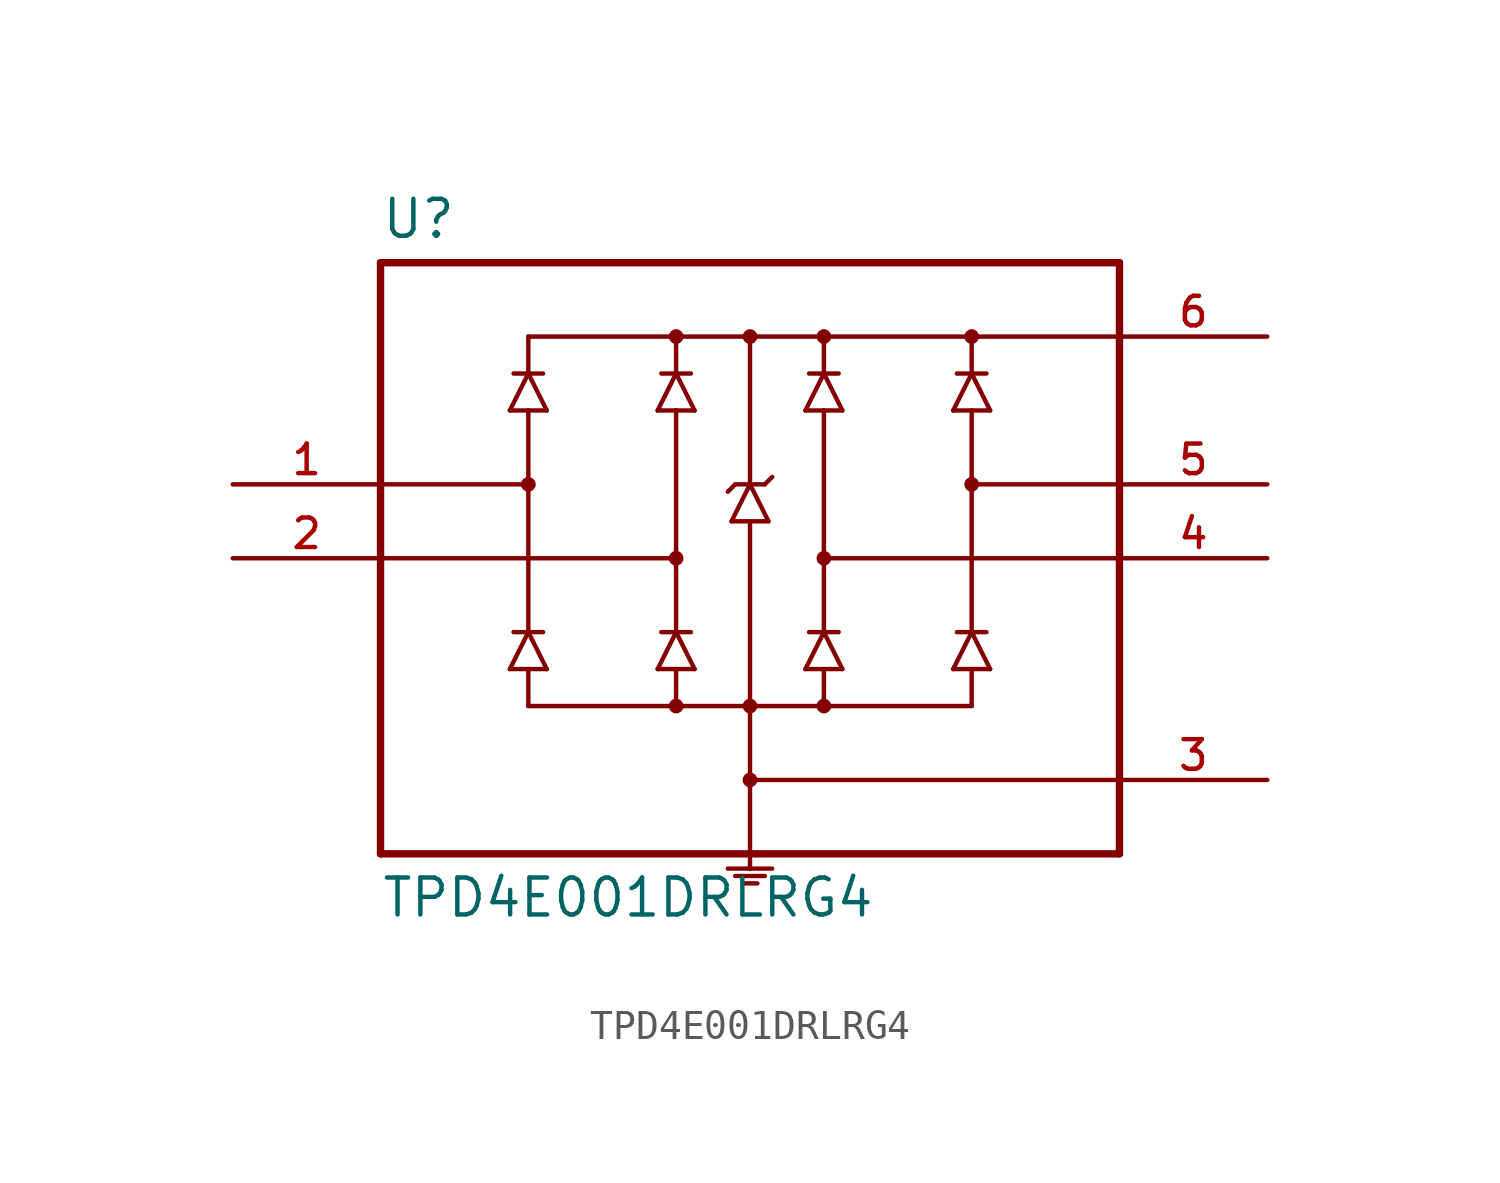
<source format=kicad_sym>
(kicad_symbol_lib
  (version 20211014)
  (generator kicad_symbol_editor)
  (symbol "TPD4E001DRLRG4"
    (pin_names
      (offset 1.016))
    (property "Reference" "U"
      (at -12.7 10.922 0)
      (effects (font (size 1.27 1.27)) (justify bottom left)))
    (property "Value" "TPD4E001DRLRG4"
      (at -12.7 -10.922 0)
      (effects (font (size 1.27 1.27)) (justify top left)))
    (symbol "TPD4E001DRLRG4_0_0"
      (polyline (pts (xy -2.032 6.35) (xy -2.54 6.35)) (stroke (width 0.152)))
      (polyline (pts (xy -2.54 6.35) (xy -3.048 6.35)) (stroke (width 0.152)))
      (polyline (pts (xy -1.905 5.08) (xy -2.54 6.35)) (stroke (width 0.152)))
      (polyline (pts (xy -2.54 6.35) (xy -3.175 5.08)) (stroke (width 0.152)))
      (polyline (pts (xy -3.175 5.08) (xy -2.54 5.08)) (stroke (width 0.152)))
      (polyline (pts (xy -2.54 5.08) (xy -1.905 5.08)) (stroke (width 0.152)))
      (polyline (pts (xy -7.112 6.35) (xy -7.62 6.35)) (stroke (width 0.152)))
      (polyline (pts (xy -7.62 6.35) (xy -8.128 6.35)) (stroke (width 0.152)))
      (polyline (pts (xy -6.985 5.08) (xy -7.62 6.35)) (stroke (width 0.152)))
      (polyline (pts (xy -7.62 6.35) (xy -8.255 5.08)) (stroke (width 0.152)))
      (polyline (pts (xy -8.255 5.08) (xy -7.62 5.08)) (stroke (width 0.152)))
      (polyline (pts (xy -7.62 5.08) (xy -6.985 5.08)) (stroke (width 0.152)))
      (polyline (pts (xy 0.635 1.27) (xy 0.0 2.54)) (stroke (width 0.152)))
      (polyline (pts (xy 0.0 2.54) (xy -0.635 1.27)) (stroke (width 0.152)))
      (polyline (pts (xy -0.508 2.54) (xy 0.0 2.54)) (stroke (width 0.152)))
      (polyline (pts (xy -0.635 1.27) (xy 0.635 1.27)) (stroke (width 0.152)))
      (polyline (pts (xy 0.0 2.54) (xy 0.508 2.54)) (stroke (width 0.152)))
      (polyline (pts (xy -0.508 2.54) (xy -0.762 2.286)) (stroke (width 0.152)))
      (polyline (pts (xy 0.508 2.54) (xy 0.762 2.794)) (stroke (width 0.152)))
      (polyline (pts (xy 0.0 1.27) (xy 0.0 -7.62)) (stroke (width 0.152)))
      (polyline (pts (xy 0.0 -7.62) (xy 0.0 -10.668)) (stroke (width 0.152)))
      (polyline (pts (xy 0.0 -10.668) (xy -0.762 -10.668)) (stroke (width 0.152)))
      (polyline (pts (xy 0.0 -10.668) (xy 0.762 -10.668)) (stroke (width 0.152)))
      (polyline (pts (xy -0.508 -10.922) (xy 0.508 -10.922)) (stroke (width 0.152)))
      (polyline (pts (xy -0.254 -11.176) (xy 0.254 -11.176)) (stroke (width 0.152)))
      (polyline (pts (xy 8.128 6.35) (xy 7.62 6.35)) (stroke (width 0.152)))
      (polyline (pts (xy 7.62 6.35) (xy 7.112 6.35)) (stroke (width 0.152)))
      (polyline (pts (xy 8.255 5.08) (xy 7.62 6.35)) (stroke (width 0.152)))
      (polyline (pts (xy 7.62 6.35) (xy 6.985 5.08)) (stroke (width 0.152)))
      (polyline (pts (xy 6.985 5.08) (xy 7.62 5.08)) (stroke (width 0.152)))
      (polyline (pts (xy 7.62 5.08) (xy 8.255 5.08)) (stroke (width 0.152)))
      (polyline (pts (xy 3.048 6.35) (xy 2.54 6.35)) (stroke (width 0.152)))
      (polyline (pts (xy 2.54 6.35) (xy 2.032 6.35)) (stroke (width 0.152)))
      (polyline (pts (xy 3.175 5.08) (xy 2.54 6.35)) (stroke (width 0.152)))
      (polyline (pts (xy 2.54 6.35) (xy 1.905 5.08)) (stroke (width 0.152)))
      (polyline (pts (xy 1.905 5.08) (xy 2.54 5.08)) (stroke (width 0.152)))
      (polyline (pts (xy 2.54 5.08) (xy 3.175 5.08)) (stroke (width 0.152)))
      (polyline (pts (xy -2.032 -2.54) (xy -2.54 -2.54)) (stroke (width 0.152)))
      (polyline (pts (xy -2.54 -2.54) (xy -3.048 -2.54)) (stroke (width 0.152)))
      (polyline (pts (xy -1.905 -3.81) (xy -2.54 -2.54)) (stroke (width 0.152)))
      (polyline (pts (xy -2.54 -2.54) (xy -3.175 -3.81)) (stroke (width 0.152)))
      (polyline (pts (xy -3.175 -3.81) (xy -2.54 -3.81)) (stroke (width 0.152)))
      (polyline (pts (xy -2.54 -3.81) (xy -1.905 -3.81)) (stroke (width 0.152)))
      (polyline (pts (xy -7.112 -2.54) (xy -7.62 -2.54)) (stroke (width 0.152)))
      (polyline (pts (xy -7.62 -2.54) (xy -8.128 -2.54)) (stroke (width 0.152)))
      (polyline (pts (xy -6.985 -3.81) (xy -7.62 -2.54)) (stroke (width 0.152)))
      (polyline (pts (xy -7.62 -2.54) (xy -8.255 -3.81)) (stroke (width 0.152)))
      (polyline (pts (xy -8.255 -3.81) (xy -7.62 -3.81)) (stroke (width 0.152)))
      (polyline (pts (xy -7.62 -3.81) (xy -6.985 -3.81)) (stroke (width 0.152)))
      (polyline (pts (xy 8.128 -2.54) (xy 7.62 -2.54)) (stroke (width 0.152)))
      (polyline (pts (xy 7.62 -2.54) (xy 7.112 -2.54)) (stroke (width 0.152)))
      (polyline (pts (xy 8.255 -3.81) (xy 7.62 -2.54)) (stroke (width 0.152)))
      (polyline (pts (xy 7.62 -2.54) (xy 6.985 -3.81)) (stroke (width 0.152)))
      (polyline (pts (xy 6.985 -3.81) (xy 7.62 -3.81)) (stroke (width 0.152)))
      (polyline (pts (xy 7.62 -3.81) (xy 8.255 -3.81)) (stroke (width 0.152)))
      (polyline (pts (xy 3.048 -2.54) (xy 2.54 -2.54)) (stroke (width 0.152)))
      (polyline (pts (xy 2.54 -2.54) (xy 2.032 -2.54)) (stroke (width 0.152)))
      (polyline (pts (xy 3.175 -3.81) (xy 2.54 -2.54)) (stroke (width 0.152)))
      (polyline (pts (xy 2.54 -2.54) (xy 1.905 -3.81)) (stroke (width 0.152)))
      (polyline (pts (xy 1.905 -3.81) (xy 2.54 -3.81)) (stroke (width 0.152)))
      (polyline (pts (xy 2.54 -3.81) (xy 3.175 -3.81)) (stroke (width 0.152)))
      (polyline (pts (xy -7.62 6.35) (xy -7.62 7.62)) (stroke (width 0.152)))
      (polyline (pts (xy -7.62 7.62) (xy -2.54 7.62)) (stroke (width 0.152)))
      (polyline (pts (xy -2.54 7.62) (xy 0.0 7.62)) (stroke (width 0.152)))
      (polyline (pts (xy 0.0 7.62) (xy 2.54 7.62)) (stroke (width 0.152)))
      (polyline (pts (xy 2.54 7.62) (xy 7.62 7.62)) (stroke (width 0.152)))
      (polyline (pts (xy 7.62 7.62) (xy 7.62 6.35)) (stroke (width 0.152)))
      (polyline (pts (xy -2.54 6.35) (xy -2.54 7.62)) (stroke (width 0.152)))
      (polyline (pts (xy 2.54 6.35) (xy 2.54 7.62)) (stroke (width 0.152)))
      (polyline (pts (xy 7.62 5.08) (xy 7.62 2.54)) (stroke (width 0.152)))
      (polyline (pts (xy 7.62 2.54) (xy 7.62 -2.54)) (stroke (width 0.152)))
      (polyline (pts (xy 2.54 5.08) (xy 2.54 0.0)) (stroke (width 0.152)))
      (polyline (pts (xy 2.54 0.0) (xy 2.54 -2.54)) (stroke (width 0.152)))
      (polyline (pts (xy -2.54 5.08) (xy -2.54 0.0)) (stroke (width 0.152)))
      (polyline (pts (xy -2.54 0.0) (xy -2.54 -2.54)) (stroke (width 0.152)))
      (polyline (pts (xy -7.62 5.08) (xy -7.62 2.54)) (stroke (width 0.152)))
      (polyline (pts (xy -7.62 2.54) (xy -7.62 -2.54)) (stroke (width 0.152)))
      (polyline (pts (xy -7.62 -3.81) (xy -7.62 -5.08)) (stroke (width 0.152)))
      (polyline (pts (xy -7.62 -5.08) (xy -2.54 -5.08)) (stroke (width 0.152)))
      (polyline (pts (xy -2.54 -5.08) (xy 2.54 -5.08)) (stroke (width 0.152)))
      (polyline (pts (xy 2.54 -5.08) (xy 7.62 -5.08)) (stroke (width 0.152)))
      (polyline (pts (xy 7.62 -5.08) (xy 7.62 -3.81)) (stroke (width 0.152)))
      (polyline (pts (xy 2.54 -3.81) (xy 2.54 -5.08)) (stroke (width 0.152)))
      (polyline (pts (xy -2.54 -3.81) (xy -2.54 -5.08)) (stroke (width 0.152)))
      (polyline (pts (xy 0.0 2.54) (xy 0.0 7.62)) (stroke (width 0.152)))
      (polyline (pts (xy 0.0 -7.62) (xy 12.7 -7.62)) (stroke (width 0.152)))
      (polyline (pts (xy 12.7 10.16) (xy 12.7 2.54)) (stroke (width 0.254)))
      (polyline (pts (xy 12.7 2.54) (xy 12.7 0.0)) (stroke (width 0.254)))
      (polyline (pts (xy 12.7 0.0) (xy 12.7 -10.16)) (stroke (width 0.254)))
      (polyline (pts (xy 12.7 -10.16) (xy -12.7 -10.16)) (stroke (width 0.254)))
      (polyline (pts (xy -12.7 -10.16) (xy -12.7 0.0)) (stroke (width 0.254)))
      (polyline (pts (xy -12.7 0.0) (xy -12.7 2.54)) (stroke (width 0.254)))
      (polyline (pts (xy -12.7 2.54) (xy -12.7 10.16)) (stroke (width 0.254)))
      (polyline (pts (xy -12.7 10.16) (xy 12.7 10.16)) (stroke (width 0.254)))
      (circle (center -2.54 7.62) (radius 0.127) (stroke (width 0.254)) (fill (type none)))
      (circle (center 2.54 7.62) (radius 0.127) (stroke (width 0.254)) (fill (type none)))
      (circle (center 0.0 7.62) (radius 0.127) (stroke (width 0.254)) (fill (type none)))
      (circle (center -2.54 0.0) (radius 0.127) (stroke (width 0.254)) (fill (type none)))
      (circle (center -7.62 2.54) (radius 0.127) (stroke (width 0.254)) (fill (type none)))
      (circle (center 2.54 0.0) (radius 0.127) (stroke (width 0.254)) (fill (type none)))
      (circle (center 7.62 2.54) (radius 0.127) (stroke (width 0.254)) (fill (type none)))
      (circle (center 2.54 -5.08) (radius 0.127) (stroke (width 0.254)) (fill (type none)))
      (circle (center 0.0 -5.08) (radius 0.127) (stroke (width 0.254)) (fill (type none)))
      (circle (center -2.54 -5.08) (radius 0.127) (stroke (width 0.254)) (fill (type none)))
      (circle (center 0.0 -7.62) (radius 0.127) (stroke (width 0.254)) (fill (type none)))
      (polyline (pts (xy 7.62 7.62) (xy 12.7 7.62)) (stroke (width 0.152)))
      (circle (center 7.62 7.62) (radius 0.127) (stroke (width 0.254)) (fill (type none)))
      (polyline (pts (xy -12.7 2.54) (xy -7.62 2.54)) (stroke (width 0.152)))
      (polyline (pts (xy -12.7 0.0) (xy -2.54 0.0)) (stroke (width 0.152)))
      (polyline (pts (xy 2.54 0.0) (xy 12.7 0.0)) (stroke (width 0.152)))
      (polyline (pts (xy 7.62 2.54) (xy 12.7 2.54)) (stroke (width 0.152)))
      (pin power_in line (at 17.78 -7.62 180.0) (length 5.08) (name "~" (effects (font (size 1.016 1.016)))) (number "3" (effects (font (size 1.016 1.016)))))
      (pin bidirectional line (at 17.78 2.54 180.0) (length 5.08) (name "~" (effects (font (size 1.016 1.016)))) (number "5" (effects (font (size 1.016 1.016)))))
      (pin bidirectional line (at 17.78 0.0 180.0) (length 5.08) (name "~" (effects (font (size 1.016 1.016)))) (number "4" (effects (font (size 1.016 1.016)))))
      (pin bidirectional line (at -17.78 2.54 0) (length 5.08) (name "~" (effects (font (size 1.016 1.016)))) (number "1" (effects (font (size 1.016 1.016)))))
      (pin bidirectional line (at -17.78 0.0 0) (length 5.08) (name "~" (effects (font (size 1.016 1.016)))) (number "2" (effects (font (size 1.016 1.016)))))
      (pin power_in line (at 17.78 7.62 180.0) (length 5.08) (name "~" (effects (font (size 1.016 1.016)))) (number "6" (effects (font (size 1.016 1.016))))))))
</source>
